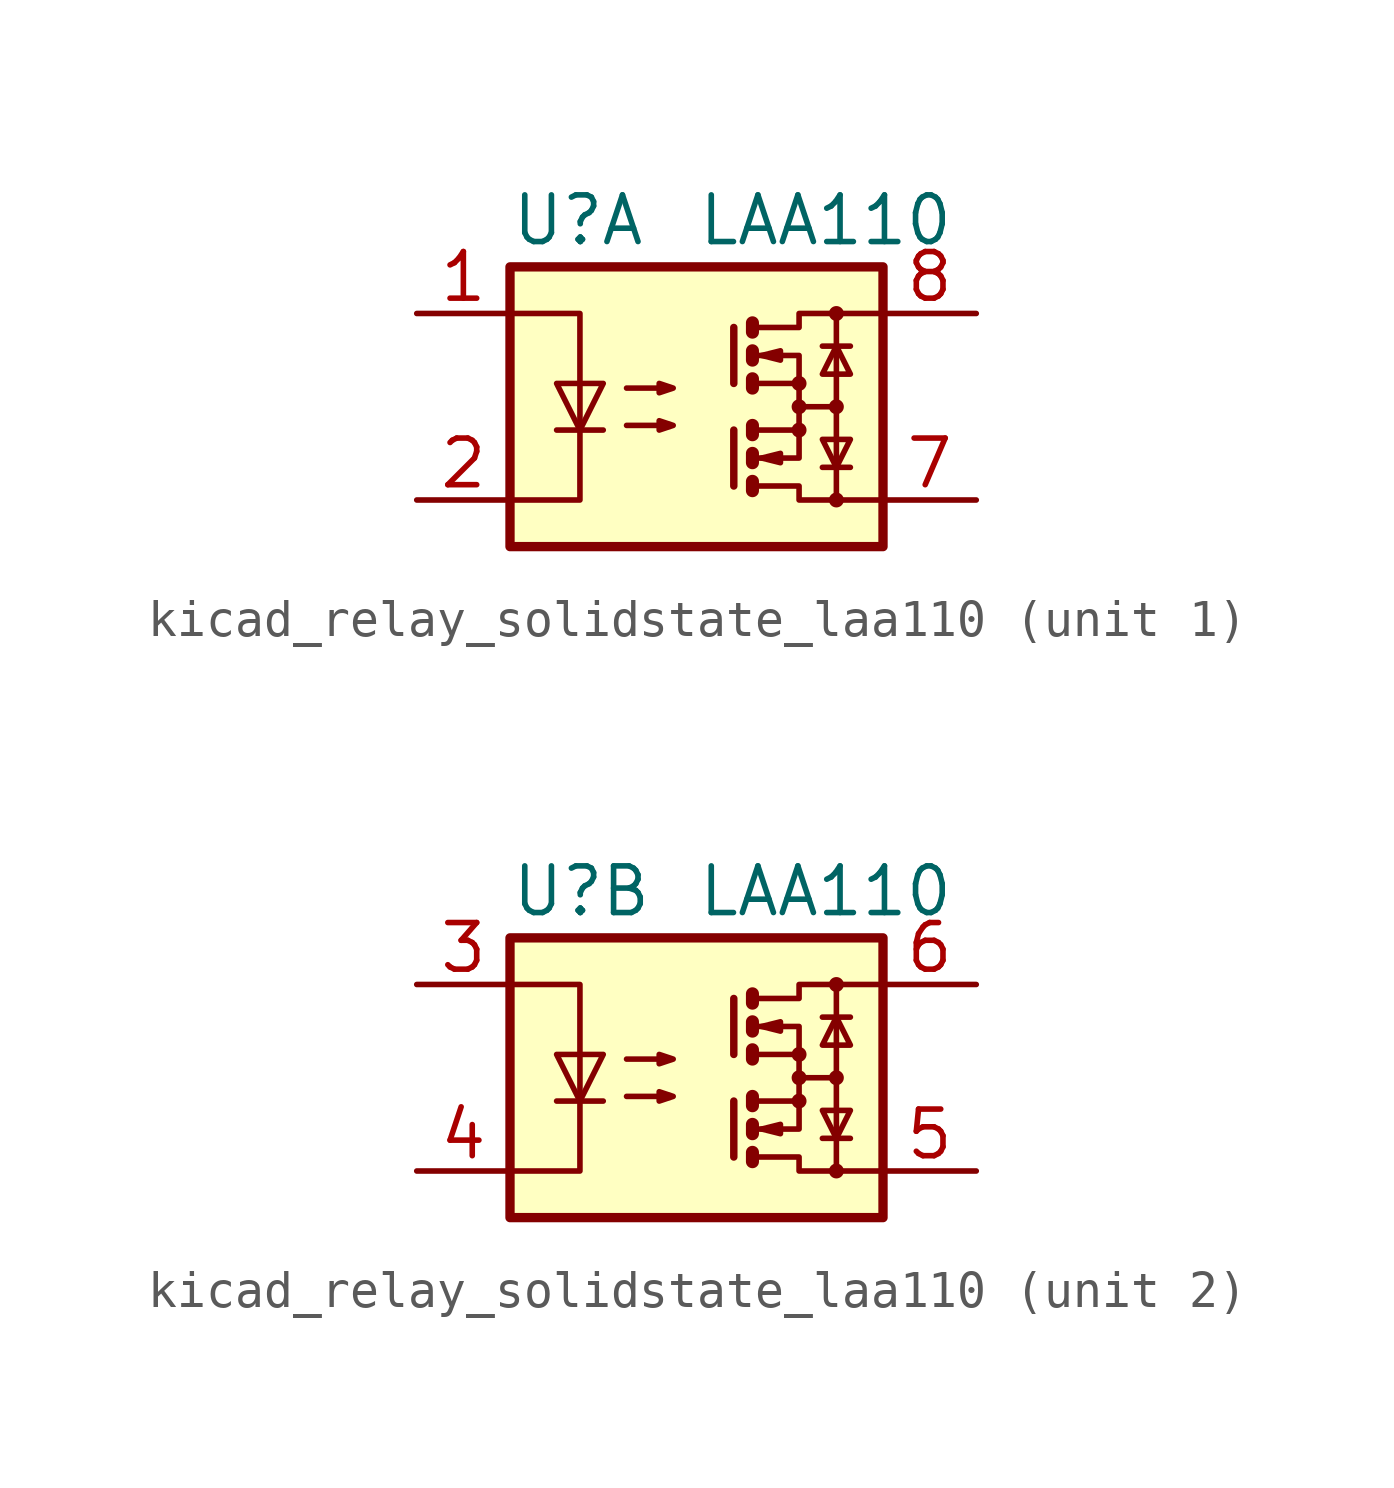
<source format=kicad_sym>
(kicad_symbol_lib
  (version 20220914)
  (generator kicad_symbol_editor)
  (symbol "kicad_relay_solidstate_laa110"
    (property "Reference" "U"
      (at -5.08 5.08 0)
      (effects (font (size 1.27 1.27)) (justify left)))
    (property "Value" "LAA110"
      (at 0 5.08 0)
      (effects (font (size 1.27 1.27)) (justify left)))
    (symbol "kicad_relay_solidstate_laa110_0_1"
      (rectangle (start -5.08 3.81) (end 5.08 -3.81) (stroke (width 0.254) (type default)) (fill (type background)))
      (polyline (pts (xy -3.81 -0.635) (xy -2.54 -0.635)) (stroke (width 0) (type default)) (fill (type none)))
      (polyline (pts (xy 1.016 -0.635) (xy 1.016 -2.159)) (stroke (width 0.203) (type default)) (fill (type none)))
      (polyline (pts (xy 1.016 2.159) (xy 1.016 0.635)) (stroke (width 0.203) (type default)) (fill (type none)))
      (polyline (pts (xy 1.524 -0.508) (xy 1.524 -0.762)) (stroke (width 0.356) (type default)) (fill (type none)))
      (polyline (pts (xy 2.794 0) (xy 3.81 0)) (stroke (width 0) (type default)) (fill (type none)))
      (polyline (pts (xy 3.429 -1.651) (xy 4.191 -1.651)) (stroke (width 0) (type default)) (fill (type none)))
      (polyline (pts (xy 3.429 1.651) (xy 4.191 1.651)) (stroke (width 0) (type default)) (fill (type none)))
      (polyline (pts (xy 3.81 -2.54) (xy 3.81 2.54)) (stroke (width 0) (type default)) (fill (type none)))
      (polyline (pts (xy 1.524 -2.032) (xy 1.524 -2.286) (xy 1.524 -2.286)) (stroke (width 0.356) (type default)) (fill (type none)))
      (polyline (pts (xy 1.524 -1.27) (xy 1.524 -1.524) (xy 1.524 -1.524)) (stroke (width 0.356) (type default)) (fill (type none)))
      (polyline (pts (xy 1.524 0.762) (xy 1.524 0.508) (xy 1.524 0.508)) (stroke (width 0.356) (type default)) (fill (type none)))
      (polyline (pts (xy 1.524 1.524) (xy 1.524 1.27) (xy 1.524 1.27)) (stroke (width 0.356) (type default)) (fill (type none)))
      (polyline (pts (xy 1.524 2.286) (xy 1.524 2.032) (xy 1.524 2.032)) (stroke (width 0.356) (type default)) (fill (type none)))
      (polyline (pts (xy 1.651 -1.397) (xy 2.794 -1.397) (xy 2.794 -0.635)) (stroke (width 0) (type default)) (fill (type none)))
      (polyline (pts (xy 1.651 1.397) (xy 2.794 1.397) (xy 2.794 0.635)) (stroke (width 0) (type default)) (fill (type none)))
      (polyline (pts (xy -5.08 2.54) (xy -3.175 2.54) (xy -3.175 -2.54) (xy -5.08 -2.54)) (stroke (width 0) (type default)) (fill (type none)))
      (polyline (pts (xy -3.175 -0.635) (xy -3.81 0.635) (xy -2.54 0.635) (xy -3.175 -0.635)) (stroke (width 0) (type default)) (fill (type none)))
      (polyline (pts (xy 1.651 -2.159) (xy 2.794 -2.159) (xy 2.794 -2.54) (xy 5.08 -2.54)) (stroke (width 0) (type default)) (fill (type none)))
      (polyline (pts (xy 1.651 -0.635) (xy 2.794 -0.635) (xy 2.794 0.635) (xy 1.651 0.635)) (stroke (width 0) (type default)) (fill (type none)))
      (polyline (pts (xy 1.651 2.159) (xy 2.794 2.159) (xy 2.794 2.54) (xy 5.08 2.54)) (stroke (width 0) (type default)) (fill (type none)))
      (polyline (pts (xy 1.778 -1.397) (xy 2.286 -1.27) (xy 2.286 -1.524) (xy 1.778 -1.397)) (stroke (width 0) (type default)) (fill (type none)))
      (polyline (pts (xy 1.778 1.397) (xy 2.286 1.524) (xy 2.286 1.27) (xy 1.778 1.397)) (stroke (width 0) (type default)) (fill (type none)))
      (polyline (pts (xy 3.81 -1.651) (xy 3.429 -0.889) (xy 4.191 -0.889) (xy 3.81 -1.651)) (stroke (width 0) (type default)) (fill (type none)))
      (polyline (pts (xy 3.81 1.651) (xy 3.429 0.889) (xy 4.191 0.889) (xy 3.81 1.651)) (stroke (width 0) (type default)) (fill (type none)))
      (polyline (pts (xy -1.905 -0.508) (xy -0.635 -0.508) (xy -1.016 -0.635) (xy -1.016 -0.381) (xy -0.635 -0.508)) (stroke (width 0) (type default)) (fill (type none)))
      (polyline (pts (xy -1.905 0.508) (xy -0.635 0.508) (xy -1.016 0.381) (xy -1.016 0.635) (xy -0.635 0.508)) (stroke (width 0) (type default)) (fill (type none)))
      (circle (center 2.794 -0.635) (radius 0.127) (stroke (width 0) (type default)) (fill (type none)))
      (circle (center 2.794 0) (radius 0.127) (stroke (width 0) (type default)) (fill (type none)))
      (circle (center 2.794 0.635) (radius 0.127) (stroke (width 0) (type default)) (fill (type none)))
      (circle (center 3.81 -2.54) (radius 0.127) (stroke (width 0) (type default)) (fill (type none)))
      (circle (center 3.81 0) (radius 0.127) (stroke (width 0) (type default)) (fill (type none)))
      (circle (center 3.81 2.54) (radius 0.127) (stroke (width 0) (type default)) (fill (type none))))
    (symbol "kicad_relay_solidstate_laa110_1_1"
      (pin passive line (at -7.62 2.54 0) (length 2.54) (name "~" (effects (font (size 1.27 1.27)))) (number "1" (effects (font (size 1.27 1.27)))))
      (pin passive line (at -7.62 -2.54 0) (length 2.54) (name "~" (effects (font (size 1.27 1.27)))) (number "2" (effects (font (size 1.27 1.27)))))
      (pin passive line (at 7.62 -2.54 180) (length 2.54) (name "~" (effects (font (size 1.27 1.27)))) (number "7" (effects (font (size 1.27 1.27)))))
      (pin passive line (at 7.62 2.54 180) (length 2.54) (name "~" (effects (font (size 1.27 1.27)))) (number "8" (effects (font (size 1.27 1.27))))))
    (symbol "kicad_relay_solidstate_laa110_2_1"
      (pin passive line (at -7.62 2.54 0) (length 2.54) (name "~" (effects (font (size 1.27 1.27)))) (number "3" (effects (font (size 1.27 1.27)))))
      (pin passive line (at -7.62 -2.54 0) (length 2.54) (name "~" (effects (font (size 1.27 1.27)))) (number "4" (effects (font (size 1.27 1.27)))))
      (pin passive line (at 7.62 -2.54 180) (length 2.54) (name "~" (effects (font (size 1.27 1.27)))) (number "5" (effects (font (size 1.27 1.27)))))
      (pin passive line (at 7.62 2.54 180) (length 2.54) (name "~" (effects (font (size 1.27 1.27)))) (number "6" (effects (font (size 1.27 1.27))))))))
</source>
